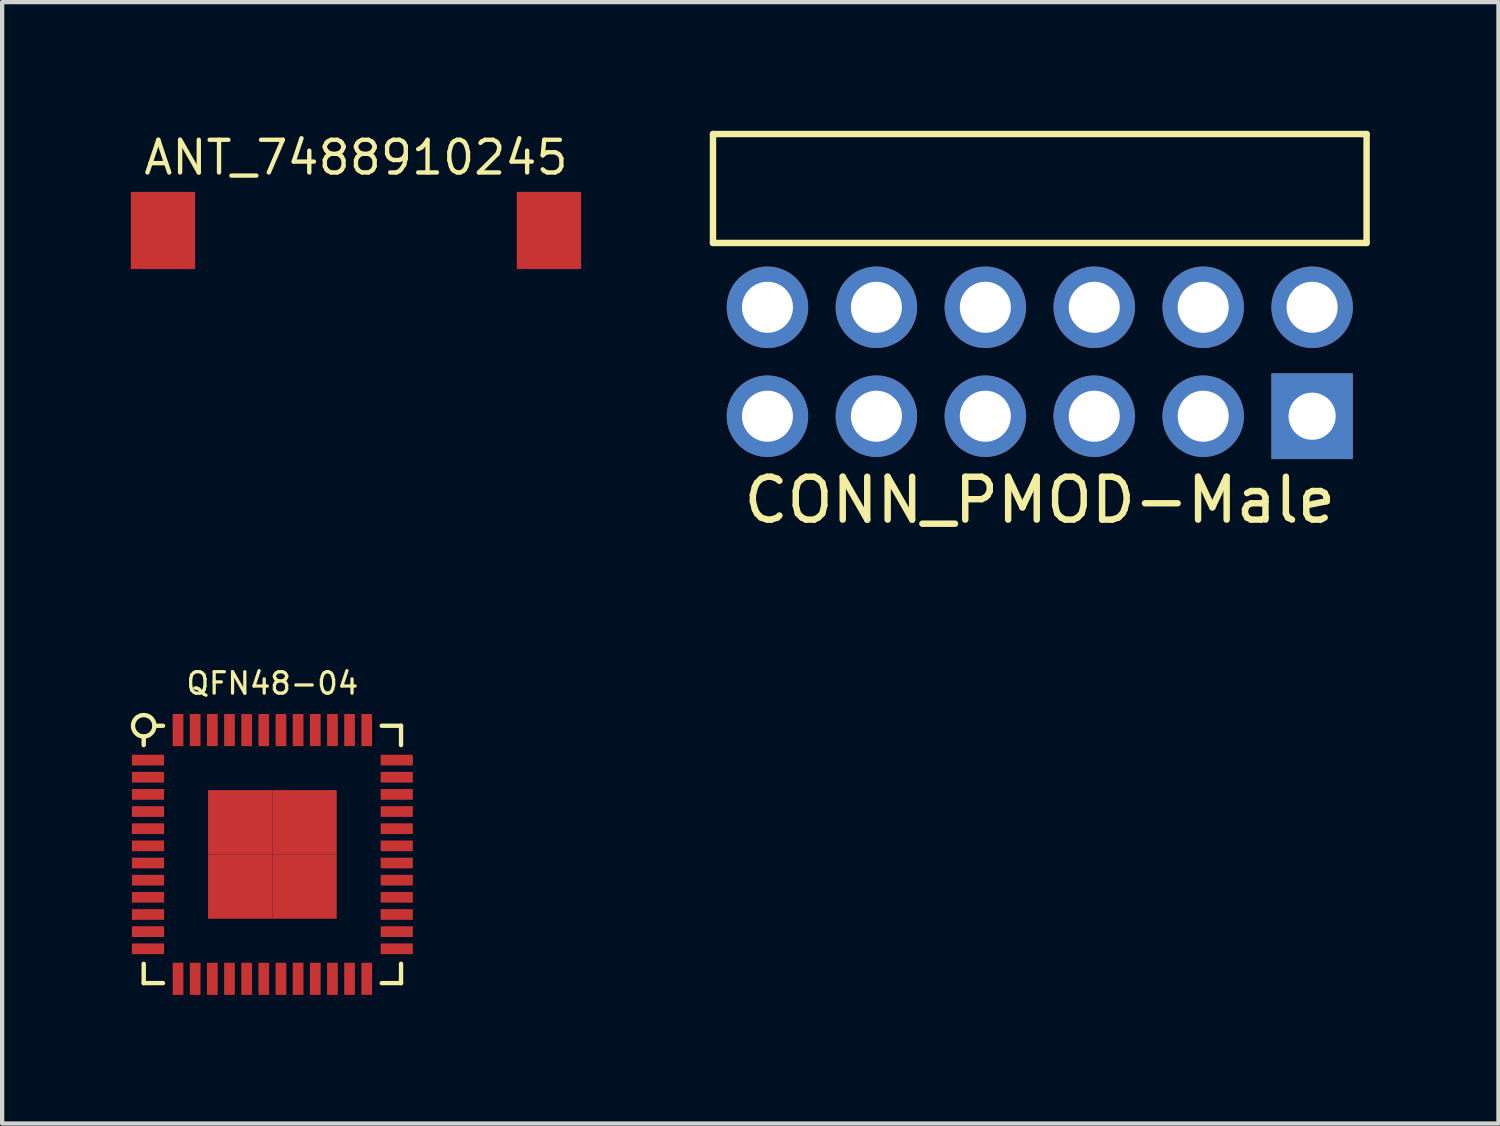
<source format=kicad_pcb>
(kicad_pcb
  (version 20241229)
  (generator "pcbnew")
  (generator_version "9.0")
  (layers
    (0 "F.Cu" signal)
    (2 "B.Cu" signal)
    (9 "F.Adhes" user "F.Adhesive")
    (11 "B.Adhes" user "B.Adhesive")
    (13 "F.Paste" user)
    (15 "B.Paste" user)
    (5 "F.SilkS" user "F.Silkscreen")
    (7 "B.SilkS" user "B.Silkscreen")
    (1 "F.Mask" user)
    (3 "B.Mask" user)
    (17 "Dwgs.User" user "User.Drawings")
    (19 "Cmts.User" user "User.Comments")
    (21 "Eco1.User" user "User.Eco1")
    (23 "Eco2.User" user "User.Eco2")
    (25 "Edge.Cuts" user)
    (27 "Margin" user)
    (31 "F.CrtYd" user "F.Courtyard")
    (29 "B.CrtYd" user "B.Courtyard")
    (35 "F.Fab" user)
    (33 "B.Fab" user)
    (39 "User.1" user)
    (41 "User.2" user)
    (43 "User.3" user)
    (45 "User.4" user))
  (footprint "ANT_7488910245"
    (layer "F.Cu")
    (at 5.25 2.324)
    (property "Reference" "ANT_7488910245" (at 0 -1.7 0) (layer "F.SilkS") (effects (font (size 0.762 0.762) (thickness 0.102))))
    (attr through_hole)
    (pad "0" smd rect (at 4.5 0) (size 1.5 1.8) (layers "F.Cu" "F.Mask" "F.Paste"))
    (pad "1" smd rect (at -4.5 0) (size 1.5 1.8) (layers "F.Cu" "F.Mask" "F.Paste")))
  (footprint "QFN48-04"
    (layer "F.Cu")
    (at 3.301 16.873)
    (property "Reference" "QFN48-04" (at 0 -3.988 0) (layer "F.SilkS") (effects (font (size 0.5 0.5) (thickness 0.076))))
    (attr smd)
    (fp_line (start -3 -2.55) (end -3 -2.75) (stroke (width 0.102) (type solid)) (layer "F.SilkS"))
    (fp_line (start -3 2.55) (end -3 3) (stroke (width 0.102) (type solid)) (layer "F.SilkS"))
    (fp_line (start -3 3) (end -2.55 3) (stroke (width 0.102) (type solid)) (layer "F.SilkS"))
    (fp_line (start -2.75 -3) (end -2.55 -3) (stroke (width 0.102) (type solid)) (layer "F.SilkS"))
    (fp_line (start 2.55 3) (end 3 3) (stroke (width 0.102) (type solid)) (layer "F.SilkS"))
    (fp_line (start 3 -3) (end 2.55 -3) (stroke (width 0.102) (type solid)) (layer "F.SilkS"))
    (fp_line (start 3 -2.55) (end 3 -3) (stroke (width 0.102) (type solid)) (layer "F.SilkS"))
    (fp_line (start 3 3) (end 3 2.55) (stroke (width 0.102) (type solid)) (layer "F.SilkS"))
    (fp_circle (center -3 -3) (end -2.75 -3) (stroke (width 0.102) (type solid)) (fill no) (layer "F.SilkS"))
    (pad "1" smd rect (at -2.9 -2.2 90) (size 0.25 0.75) (layers "F.Cu" "F.Mask" "F.Paste"))
    (pad "2" smd rect (at -2.9 -1.8 90) (size 0.25 0.75) (layers "F.Cu" "F.Mask" "F.Paste"))
    (pad "3" smd rect (at -2.9 -1.4 90) (size 0.25 0.75) (layers "F.Cu" "F.Mask" "F.Paste"))
    (pad "4" smd rect (at -2.9 -1 90) (size 0.25 0.75) (layers "F.Cu" "F.Mask" "F.Paste"))
    (pad "5" smd rect (at -2.9 -0.6 90) (size 0.25 0.75) (layers "F.Cu" "F.Mask" "F.Paste"))
    (pad "6" smd rect (at -2.9 -0.2 90) (size 0.25 0.75) (layers "F.Cu" "F.Mask" "F.Paste"))
    (pad "7" smd rect (at -2.9 0.2 90) (size 0.25 0.75) (layers "F.Cu" "F.Mask" "F.Paste"))
    (pad "8" smd rect (at -2.9 0.6 90) (size 0.25 0.75) (layers "F.Cu" "F.Mask" "F.Paste"))
    (pad "9" smd rect (at -2.9 1 90) (size 0.25 0.75) (layers "F.Cu" "F.Mask" "F.Paste"))
    (pad "10" smd rect (at -2.9 1.4 90) (size 0.25 0.75) (layers "F.Cu" "F.Mask" "F.Paste"))
    (pad "11" smd rect (at -2.9 1.8 90) (size 0.25 0.75) (layers "F.Cu" "F.Mask" "F.Paste"))
    (pad "12" smd rect (at -2.9 2.2 90) (size 0.25 0.75) (layers "F.Cu" "F.Mask" "F.Paste"))
    (pad "13" smd rect (at -2.2 2.9) (size 0.25 0.75) (layers "F.Cu" "F.Mask" "F.Paste"))
    (pad "14" smd rect (at -1.8 2.9) (size 0.25 0.75) (layers "F.Cu" "F.Mask" "F.Paste"))
    (pad "15" smd rect (at -1.4 2.9) (size 0.25 0.75) (layers "F.Cu" "F.Mask" "F.Paste"))
    (pad "16" smd rect (at -1 2.9) (size 0.25 0.75) (layers "F.Cu" "F.Mask" "F.Paste"))
    (pad "17" smd rect (at -0.6 2.9) (size 0.25 0.75) (layers "F.Cu" "F.Mask" "F.Paste"))
    (pad "18" smd rect (at -0.2 2.9) (size 0.25 0.75) (layers "F.Cu" "F.Mask" "F.Paste"))
    (pad "19" smd rect (at 0.2 2.9) (size 0.25 0.75) (layers "F.Cu" "F.Mask" "F.Paste"))
    (pad "20" smd rect (at 0.6 2.9) (size 0.25 0.75) (layers "F.Cu" "F.Mask" "F.Paste"))
    (pad "21" smd rect (at 1 2.9) (size 0.25 0.75) (layers "F.Cu" "F.Mask" "F.Paste"))
    (pad "22" smd rect (at 1.4 2.9) (size 0.25 0.75) (layers "F.Cu" "F.Mask" "F.Paste"))
    (pad "23" smd rect (at 1.8 2.9) (size 0.25 0.75) (layers "F.Cu" "F.Mask" "F.Paste"))
    (pad "24" smd rect (at 2.2 2.9) (size 0.25 0.75) (layers "F.Cu" "F.Mask" "F.Paste"))
    (pad "25" smd rect (at 2.9 2.2 270) (size 0.25 0.75) (layers "F.Cu" "F.Mask" "F.Paste"))
    (pad "26" smd rect (at 2.9 1.8 270) (size 0.25 0.75) (layers "F.Cu" "F.Mask" "F.Paste"))
    (pad "27" smd rect (at 2.9 1.4 270) (size 0.25 0.75) (layers "F.Cu" "F.Mask" "F.Paste"))
    (pad "28" smd rect (at 2.9 1 270) (size 0.25 0.75) (layers "F.Cu" "F.Mask" "F.Paste"))
    (pad "29" smd rect (at 2.9 0.6 270) (size 0.25 0.75) (layers "F.Cu" "F.Mask" "F.Paste"))
    (pad "30" smd rect (at 2.9 0.2 270) (size 0.25 0.75) (layers "F.Cu" "F.Mask" "F.Paste"))
    (pad "31" smd rect (at 2.9 -0.2 270) (size 0.25 0.75) (layers "F.Cu" "F.Mask" "F.Paste"))
    (pad "32" smd rect (at 2.9 -0.6 270) (size 0.25 0.75) (layers "F.Cu" "F.Mask" "F.Paste"))
    (pad "33" smd rect (at 2.9 -1 270) (size 0.25 0.75) (layers "F.Cu" "F.Mask" "F.Paste"))
    (pad "34" smd rect (at 2.9 -1.4 270) (size 0.25 0.75) (layers "F.Cu" "F.Mask" "F.Paste"))
    (pad "35" smd rect (at 2.9 -1.8 270) (size 0.25 0.75) (layers "F.Cu" "F.Mask" "F.Paste"))
    (pad "36" smd rect (at 2.9 -2.2 270) (size 0.25 0.75) (layers "F.Cu" "F.Mask" "F.Paste"))
    (pad "37" smd rect (at 2.2 -2.9 180) (size 0.25 0.75) (layers "F.Cu" "F.Mask" "F.Paste"))
    (pad "38" smd rect (at 1.8 -2.9 180) (size 0.25 0.75) (layers "F.Cu" "F.Mask" "F.Paste"))
    (pad "39" smd rect (at 1.4 -2.9 180) (size 0.25 0.75) (layers "F.Cu" "F.Mask" "F.Paste"))
    (pad "40" smd rect (at 1 -2.9 180) (size 0.25 0.75) (layers "F.Cu" "F.Mask" "F.Paste"))
    (pad "41" smd rect (at 0.6 -2.9 180) (size 0.25 0.75) (layers "F.Cu" "F.Mask" "F.Paste"))
    (pad "42" smd rect (at 0.2 -2.9 180) (size 0.25 0.75) (layers "F.Cu" "F.Mask" "F.Paste"))
    (pad "43" smd rect (at -0.2 -2.9 180) (size 0.25 0.75) (layers "F.Cu" "F.Mask" "F.Paste"))
    (pad "44" smd rect (at -0.6 -2.9 180) (size 0.25 0.75) (layers "F.Cu" "F.Mask" "F.Paste"))
    (pad "45" smd rect (at -1 -2.9 180) (size 0.25 0.75) (layers "F.Cu" "F.Mask" "F.Paste"))
    (pad "46" smd rect (at -1.4 -2.9 180) (size 0.25 0.75) (layers "F.Cu" "F.Mask" "F.Paste"))
    (pad "47" smd rect (at -1.8 -2.9 180) (size 0.25 0.75) (layers "F.Cu" "F.Mask" "F.Paste"))
    (pad "48" smd rect (at -2.2 -2.9 180) (size 0.25 0.75) (layers "F.Cu" "F.Mask" "F.Paste"))
    (pad "PAD" smd rect (at -0.75 -0.75) (size 1.5 1.5) (layers "F.Cu" "F.Mask" "F.Paste"))
    (pad "PAD" smd rect (at -0.75 0.75) (size 1.5 1.5) (layers "F.Cu" "F.Mask" "F.Paste"))
    (pad "PAD" smd rect (at 0.75 -0.75) (size 1.5 1.5) (layers "F.Cu" "F.Mask" "F.Paste"))
    (pad "PAD" smd rect (at 0.75 0.75) (size 1.5 1.5) (layers "F.Cu" "F.Mask" "F.Paste")))
  (footprint "CONN_PMOD-Male"
    (layer "F.Cu")
    (at 21.195 4.115)
    (property "Reference" "CONN_PMOD-Male" (at 0 4.496 0) (layer "F.SilkS") (effects (font (size 1 1) (thickness 0.15))))
    (attr through_hole)
    (fp_line (start -7.62 -1.5) (end -7.62 -4.04) (stroke (width 0.15) (type solid)) (layer "F.SilkS"))
    (fp_line (start -7.62 -1.5) (end 7.62 -1.5) (stroke (width 0.15) (type solid)) (layer "F.SilkS"))
    (fp_line (start 7.62 -4.04) (end -7.62 -4.04) (stroke (width 0.15) (type solid)) (layer "F.SilkS"))
    (fp_line (start 7.62 -1.5) (end 7.62 -4.04) (stroke (width 0.15) (type solid)) (layer "F.SilkS"))
    (pad "1" thru_hole rect (at 6.35 2.54) (size 1.9 2) (drill 1.1) (layers "*.Cu" "*.Mask"))
    (pad "2" thru_hole circle (at 3.81 2.54) (size 1.9 1.9) (drill 1.19) (layers "*.Cu" "*.Mask"))
    (pad "3" thru_hole circle (at 1.27 2.54) (size 1.9 1.9) (drill 1.19) (layers "*.Cu" "*.Mask"))
    (pad "4" thru_hole circle (at -1.27 2.54) (size 1.9 1.9) (drill 1.19) (layers "*.Cu" "*.Mask"))
    (pad "5" thru_hole circle (at -3.81 2.54) (size 1.9 1.9) (drill 1.19) (layers "*.Cu" "*.Mask"))
    (pad "6" thru_hole circle (at -6.35 2.54) (size 1.9 1.9) (drill 1.19) (layers "*.Cu" "*.Mask"))
    (pad "7" thru_hole circle (at 6.35 0) (size 1.9 1.9) (drill 1.19) (layers "*.Cu" "*.Mask"))
    (pad "8" thru_hole circle (at 3.81 0) (size 1.9 1.9) (drill 1.19) (layers "*.Cu" "*.Mask"))
    (pad "9" thru_hole circle (at 1.27 0) (size 1.9 1.9) (drill 1.19) (layers "*.Cu" "*.Mask"))
    (pad "10" thru_hole circle (at -1.27 0) (size 1.9 1.9) (drill 1.19) (layers "*.Cu" "*.Mask"))
    (pad "11" thru_hole circle (at -3.81 0) (size 1.9 1.9) (drill 1.19) (layers "*.Cu" "*.Mask"))
    (pad "12" thru_hole circle (at -6.35 0) (size 1.9 1.9) (drill 1.19) (layers "*.Cu" "*.Mask")))
  (gr_rect
    (start -3 -3)
    (end 31.89 23.148)
    (stroke (width 0.1) (type default))
    (fill no)
    (layer "Edge.Cuts")))
</source>
